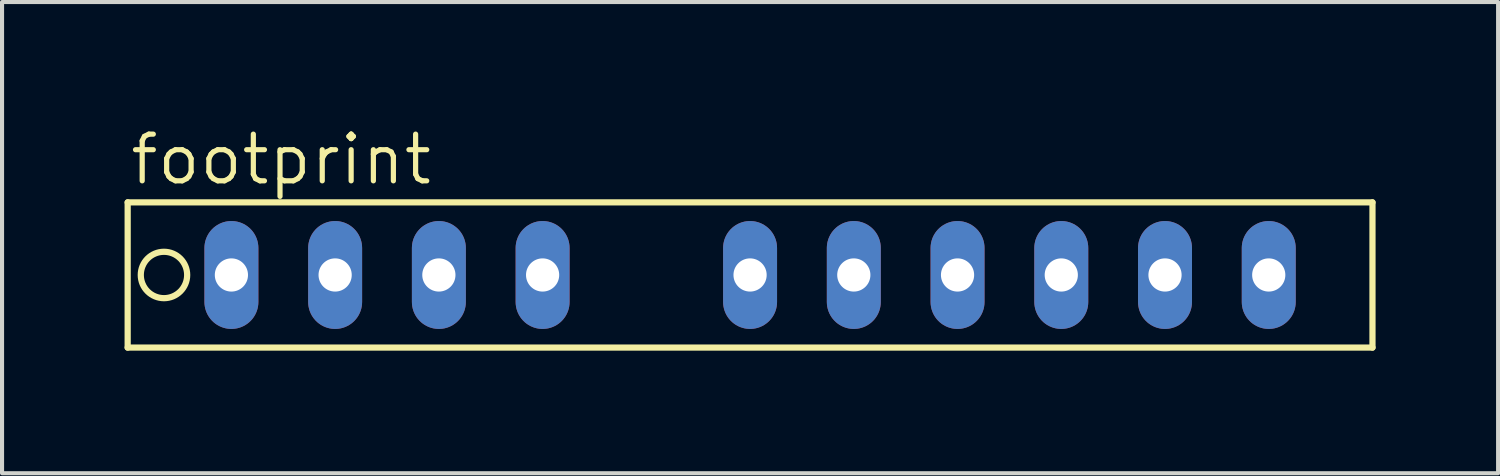
<source format=kicad_pcb>
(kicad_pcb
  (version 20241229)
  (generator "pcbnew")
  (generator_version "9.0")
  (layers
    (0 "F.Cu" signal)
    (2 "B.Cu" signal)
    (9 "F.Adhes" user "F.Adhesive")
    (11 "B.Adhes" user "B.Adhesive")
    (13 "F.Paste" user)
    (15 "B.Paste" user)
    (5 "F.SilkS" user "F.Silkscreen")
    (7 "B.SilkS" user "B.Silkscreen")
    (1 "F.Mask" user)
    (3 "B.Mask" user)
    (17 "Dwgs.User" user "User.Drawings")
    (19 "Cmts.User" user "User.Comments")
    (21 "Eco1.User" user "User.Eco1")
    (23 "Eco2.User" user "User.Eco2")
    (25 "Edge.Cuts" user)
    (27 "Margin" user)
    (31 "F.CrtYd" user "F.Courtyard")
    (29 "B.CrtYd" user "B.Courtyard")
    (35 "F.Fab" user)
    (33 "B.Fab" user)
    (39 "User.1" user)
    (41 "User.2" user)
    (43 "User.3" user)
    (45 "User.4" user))
  (footprint "footprint"
    (layer "F.Cu")
    (at 12.776 3.683)
    (property "Reference" "footprint" (at -12.7 -2.159 0) (layer "F.SilkS") (effects (font (size 1.143 1.143) (thickness 0.127)) (justify left bottom)))
    (fp_line (start -12.7 -1.778) (end 17.78 -1.778) (stroke (width 0.152) (type solid)) (layer "F.SilkS"))
    (fp_line (start -12.7 1.778) (end -12.7 -1.778) (stroke (width 0.152) (type solid)) (layer "F.SilkS"))
    (fp_line (start 17.78 -1.778) (end 17.78 1.778) (stroke (width 0.152) (type solid)) (layer "F.SilkS"))
    (fp_line (start 17.78 1.778) (end -12.7 1.778) (stroke (width 0.152) (type solid)) (layer "F.SilkS"))
    (fp_circle (center -11.811 0) (end -11.243 0) (stroke (width 0.152) (type solid)) (fill no) (layer "F.SilkS"))
    (pad "1" thru_hole oval (at -10.16 0 90) (size 2.642 1.321) (drill 0.813) (layers "*.Cu" "*.Mask"))
    (pad "2" thru_hole oval (at -7.62 0 90) (size 2.642 1.321) (drill 0.813) (layers "*.Cu" "*.Mask"))
    (pad "3" thru_hole oval (at -5.08 0 90) (size 2.642 1.321) (drill 0.813) (layers "*.Cu" "*.Mask"))
    (pad "4" thru_hole oval (at -2.54 0 90) (size 2.642 1.321) (drill 0.813) (layers "*.Cu" "*.Mask"))
    (pad "5" thru_hole oval (at 2.54 0 90) (size 2.642 1.321) (drill 0.813) (layers "*.Cu" "*.Mask"))
    (pad "6" thru_hole oval (at 5.08 0 90) (size 2.642 1.321) (drill 0.813) (layers "*.Cu" "*.Mask"))
    (pad "7" thru_hole oval (at 7.62 0 90) (size 2.642 1.321) (drill 0.813) (layers "*.Cu" "*.Mask"))
    (pad "8" thru_hole oval (at 10.16 0 90) (size 2.642 1.321) (drill 0.813) (layers "*.Cu" "*.Mask"))
    (pad "9" thru_hole oval (at 12.7 0 90) (size 2.642 1.321) (drill 0.813) (layers "*.Cu" "*.Mask"))
    (pad "10" thru_hole oval (at 15.24 0 90) (size 2.642 1.321) (drill 0.813) (layers "*.Cu" "*.Mask")))
  (gr_rect
    (start -3 -3)
    (end 33.632 8.537)
    (stroke (width 0.1) (type default))
    (fill no)
    (layer "Edge.Cuts")))
</source>
